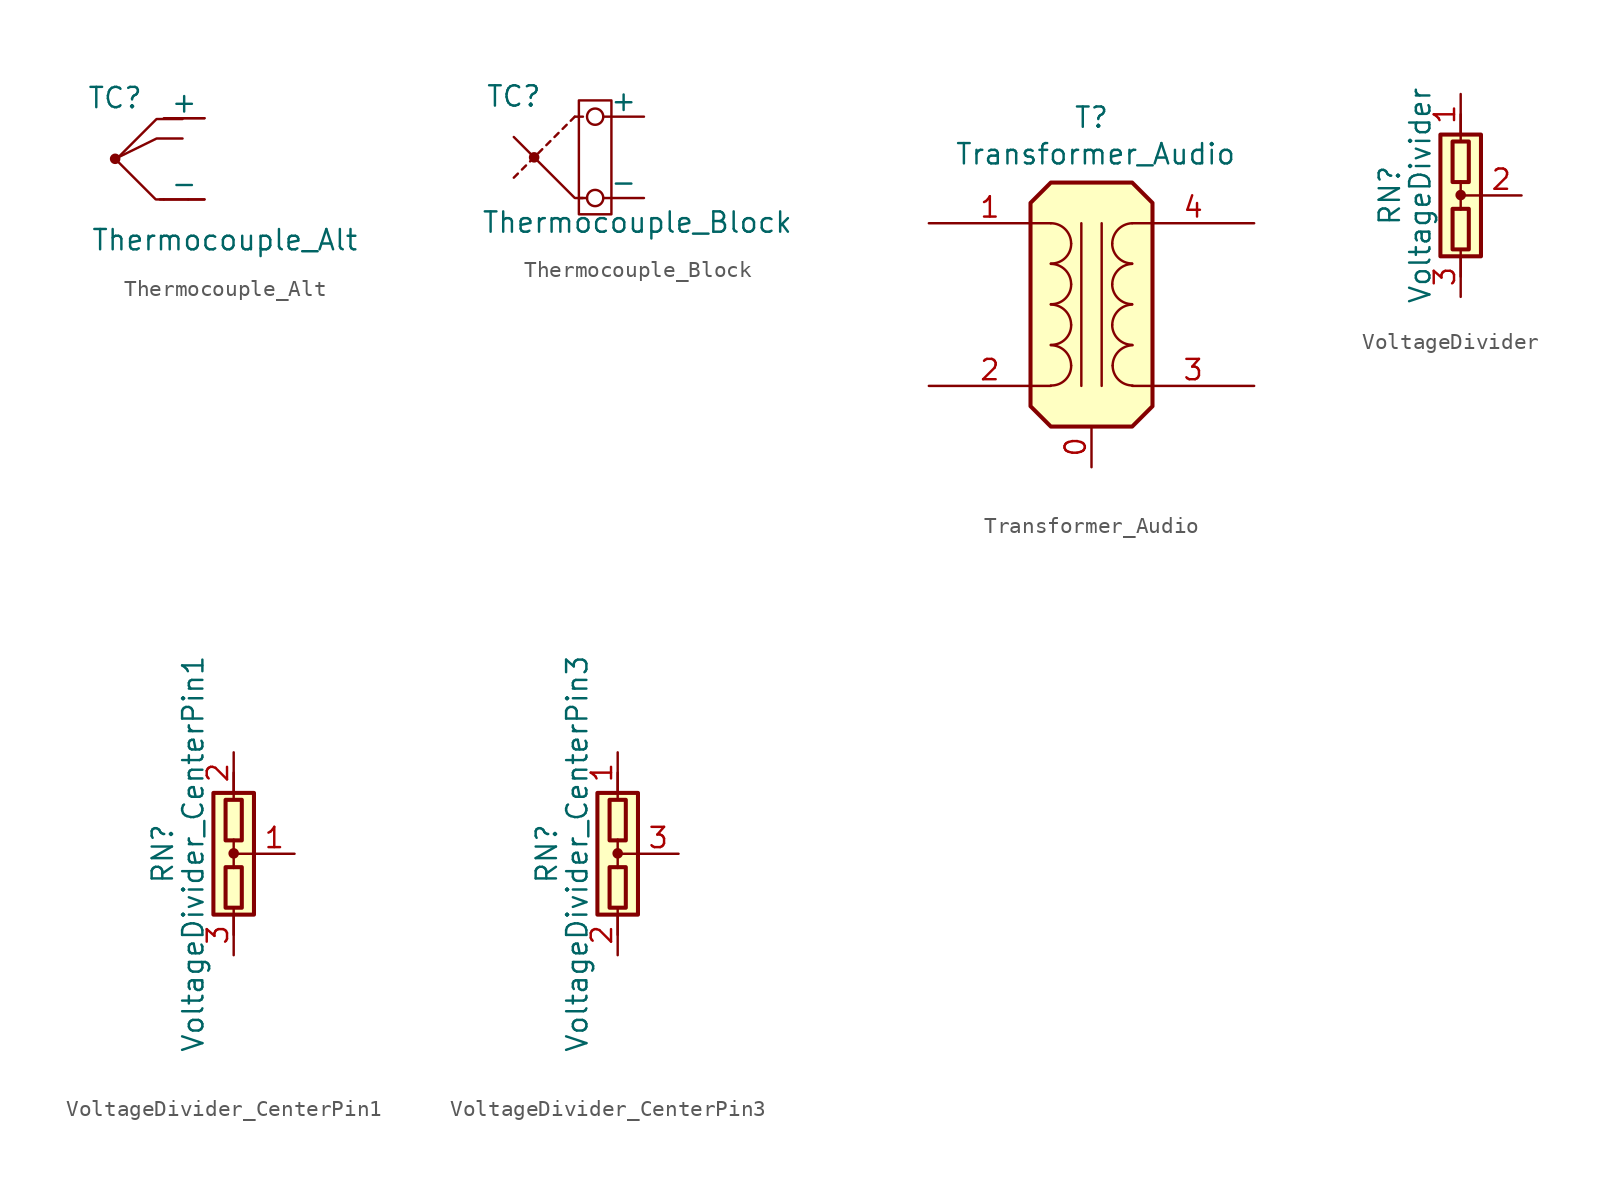
<source format=kicad_sym>
(kicad_symbol_lib
  (version 20201005)
  (generator kicad_symbol_editor)
  (symbol "Thermocouple_Alt"
    (pin_numbers hide)
    (pin_names
      (offset 0))
    (property "Reference" "TC"
      (at -3.048 3.81 0)
      (effects (font (size 1.27 1.27))))
    (property "Value" "Thermocouple_Alt"
      (at -4.572 -5.08 0)
      (effects (font (size 1.27 1.27)) (justify left)))
    (symbol "Thermocouple_Alt_0_1"
      (circle (center -3.048 0) (radius 0.254) (stroke (width 0)) (fill (type outline)))
      (polyline (pts (xy 0 -2.54) (xy -0.254 -2.54)) (stroke (width 0)) (fill (type none)))
      (polyline (pts (xy 1.219 2.54) (xy 2.54 2.54)) (stroke (width 0)) (fill (type none)))
      (polyline (pts (xy 1.524 -2.54) (xy 2.54 -2.54)) (stroke (width 0)) (fill (type none)))
      (polyline (pts (xy 1.168 1.27) (xy -0.457 1.27) (xy -3.048 0)) (stroke (width 0)) (fill (type none)))
      (polyline (pts (xy 1.168 2.489) (xy -0.457 2.489) (xy -2.997 -0.051)) (stroke (width 0)) (fill (type none)))
      (polyline (pts (xy 1.524 -2.54) (xy -0.508 -2.54) (xy -3.048 0)) (stroke (width 0)) (fill (type none))))
    (symbol "Thermocouple_Alt_1_1"
      (pin passive line (at 2.54 2.54 180) (length 2.54) (name "+" (effects (font (size 1.27 1.27)))) (number "1" (effects (font (size 1.27 1.27)))))
      (pin passive line (at 2.54 -2.54 180) (length 2.54) (name "-" (effects (font (size 1.27 1.27)))) (number "2" (effects (font (size 1.27 1.27)))))))
  (symbol "Thermocouple_Block"
    (pin_numbers hide)
    (pin_names
      (offset 0))
    (property "Reference" "TC"
      (at -3.048 3.81 0)
      (effects (font (size 1.27 1.27))))
    (property "Value" "Thermocouple_Block"
      (at -5.08 -4.064 0)
      (effects (font (size 1.27 1.27)) (justify left)))
    (symbol "Thermocouple_Block_0_1"
      (circle (center 2.032 -2.54) (radius 0.508) (stroke (width 0)) (fill (type none)))
      (circle (center 2.032 2.54) (radius 0.508) (stroke (width 0)) (fill (type none)))
      (circle (center -1.778 0) (radius 0.254) (stroke (width 0)) (fill (type outline)))
      (rectangle (start 1.016 3.556) (end 3.048 -3.556) (stroke (width 0)) (fill (type none)))
      (polyline (pts (xy -2.794 -1.016) (xy -3.048 -1.27)) (stroke (width 0)) (fill (type none)))
      (polyline (pts (xy -2.286 -0.508) (xy -2.54 -0.762)) (stroke (width 0)) (fill (type none)))
      (polyline (pts (xy -1.778 0) (xy -2.032 -0.254)) (stroke (width 0)) (fill (type none)))
      (polyline (pts (xy -1.27 0.508) (xy -1.524 0.254)) (stroke (width 0)) (fill (type none)))
      (polyline (pts (xy -0.762 1.016) (xy -1.016 0.762)) (stroke (width 0)) (fill (type none)))
      (polyline (pts (xy -0.254 1.524) (xy -0.508 1.27)) (stroke (width 0)) (fill (type none)))
      (polyline (pts (xy 0.254 2.032) (xy 0 1.778)) (stroke (width 0)) (fill (type none)))
      (polyline (pts (xy 0.762 2.54) (xy 0.508 2.286)) (stroke (width 0)) (fill (type none)))
      (polyline (pts (xy 1.27 -2.54) (xy 1.016 -2.54)) (stroke (width 0)) (fill (type none)))
      (polyline (pts (xy 1.27 2.54) (xy 0.762 2.54)) (stroke (width 0)) (fill (type none)))
      (polyline (pts (xy 1.524 -2.54) (xy 0.762 -2.54) (xy -3.048 1.27)) (stroke (width 0)) (fill (type none))))
    (symbol "Thermocouple_Block_1_1"
      (pin passive line (at 5.08 2.54 180) (length 2.54) (name "+" (effects (font (size 1.27 1.27)))) (number "1" (effects (font (size 1.27 1.27)))))
      (pin passive line (at 5.08 -2.54 180) (length 2.54) (name "-" (effects (font (size 1.27 1.27)))) (number "2" (effects (font (size 1.27 1.27)))))))
  (symbol "Transformer_Audio"
    (pin_names
      (offset 1.016) hide)
    (property "Reference" "T"
      (at 0 11.684 0)
      (effects (font (size 1.27 1.27))))
    (property "Value" "Transformer_Audio"
      (at 0.254 9.398 0)
      (effects (font (size 1.27 1.27))))
    (symbol "Transformer_Audio_0_1"
      (arc (start -2.54 -2.54) (end -1.27 -3.81) (radius (at -2.54 -3.81) (length 1.27) (angles 89.9 0.1)) (stroke (width 0)) (fill (type none)))
      (arc (start -1.27 -3.81) (end -2.54 -5.0546) (radius (at -2.54 -3.81) (length 1.27) (angles -0.1 -89.9)) (stroke (width 0)) (fill (type none)))
      (arc (start -2.54 0) (end -1.27 -1.27) (radius (at -2.54 -1.27) (length 1.27) (angles 89.9 0.1)) (stroke (width 0)) (fill (type none)))
      (arc (start -1.27 -1.27) (end -2.54 -2.5146) (radius (at -2.54 -1.27) (length 1.27) (angles -0.1 -89.9)) (stroke (width 0)) (fill (type none)))
      (arc (start -2.54 2.54) (end -1.27 1.27) (radius (at -2.54 1.27) (length 1.27) (angles 89.9 0.1)) (stroke (width 0)) (fill (type none)))
      (arc (start -1.27 1.27) (end -2.54 0.0254) (radius (at -2.54 1.27) (length 1.27) (angles -0.1 -89.9)) (stroke (width 0)) (fill (type none)))
      (arc (start -2.54 5.08) (end -1.27 3.81) (radius (at -2.54 3.81) (length 1.27) (angles 89.9 0.1)) (stroke (width 0)) (fill (type none)))
      (arc (start -1.27 3.81) (end -2.54 2.5654) (radius (at -2.54 3.81) (length 1.27) (angles -0.1 -89.9)) (stroke (width 0)) (fill (type none)))
      (arc (start 2.54 0) (end 1.2954 -1.27) (radius (at 2.54 -1.27) (length 1.27) (angles 89.9 -179.9)) (stroke (width 0)) (fill (type none)))
      (arc (start 1.2954 -1.27) (end 2.54 -2.5146) (radius (at 2.54 -1.27) (length 1.27) (angles 179.9 -89.9)) (stroke (width 0)) (fill (type none)))
      (arc (start 2.54 2.54) (end 1.2954 1.27) (radius (at 2.54 1.27) (length 1.27) (angles 89.9 -179.9)) (stroke (width 0)) (fill (type none)))
      (arc (start 1.2954 1.27) (end 2.54 0.0254) (radius (at 2.54 1.27) (length 1.27) (angles 179.9 -89.9)) (stroke (width 0)) (fill (type none)))
      (arc (start 2.54 5.08) (end 1.2954 3.81) (radius (at 2.54 3.81) (length 1.27) (angles 89.9 -179.9)) (stroke (width 0)) (fill (type none)))
      (arc (start 1.2954 3.81) (end 2.54 2.5654) (radius (at 2.54 3.81) (length 1.27) (angles 179.9 -89.9)) (stroke (width 0)) (fill (type none)))
      (arc (start 2.5654 -2.54) (end 1.3208 -3.81) (radius (at 2.5654 -3.81) (length 1.27) (angles 91 -179.9)) (stroke (width 0)) (fill (type none)))
      (arc (start 2.5654 -5.0546) (end 1.3208 -3.81) (radius (at 2.5654 -3.81) (length 1.27) (angles -91.2 -179.9)) (stroke (width 0)) (fill (type none)))
      (polyline (pts (xy -0.635 5.08) (xy -0.635 -5.08)) (stroke (width 0)) (fill (type none)))
      (polyline (pts (xy 0.635 -5.08) (xy 0.635 5.08)) (stroke (width 0)) (fill (type none)))
      (polyline (pts (xy -3.81 6.35) (xy -2.54 7.62) (xy 2.54 7.62) (xy 3.81 6.35) (xy 3.81 -6.35) (xy 2.54 -7.62) (xy -2.54 -7.62) (xy -3.81 -6.35) (xy -3.81 6.35)) (stroke (width 0.254)) (fill (type background))))
    (symbol "Transformer_Audio_1_1"
      (pin input line (at 0 -10.16 90) (length 2.54) (name "~" (effects (font (size 1.27 1.27)))) (number "0" (effects (font (size 1.27 1.27)))))
      (pin passive line (at -10.16 5.08 0) (length 7.62) (name "AA" (effects (font (size 1.27 1.27)))) (number "1" (effects (font (size 1.27 1.27)))))
      (pin passive line (at -10.16 -5.08 0) (length 7.62) (name "AB" (effects (font (size 1.27 1.27)))) (number "2" (effects (font (size 1.27 1.27)))))
      (pin passive line (at 10.16 -5.08 180) (length 7.62) (name "SA" (effects (font (size 1.27 1.27)))) (number "3" (effects (font (size 1.27 1.27)))))
      (pin passive line (at 10.16 5.08 180) (length 7.62) (name "SB" (effects (font (size 1.27 1.27)))) (number "4" (effects (font (size 1.27 1.27)))))))
  (symbol "VoltageDivider"
    (pin_names
      (offset 0) hide)
    (property "Reference" "RN"
      (at -4.445 0 90)
      (effects (font (size 1.27 1.27))))
    (property "Value" "VoltageDivider"
      (at -2.54 0 90)
      (effects (font (size 1.27 1.27))))
    (symbol "VoltageDivider_0_1"
      (circle (center 0 0.025) (radius 0.254) (stroke (width 0)) (fill (type outline)))
      (rectangle (start -0.508 -3.378) (end 0.508 -0.838) (stroke (width 0.254)) (fill (type none)))
      (rectangle (start -0.508 3.378) (end 0.508 0.838) (stroke (width 0.254)) (fill (type none)))
      (rectangle (start -1.27 -3.81) (end 1.27 3.81) (stroke (width 0.254)) (fill (type background)))
      (polyline (pts (xy 0 -5.08) (xy 0 -3.429)) (stroke (width 0)) (fill (type none)))
      (polyline (pts (xy 0 0.889) (xy 0 -0.889)) (stroke (width 0)) (fill (type none)))
      (polyline (pts (xy 0 5.08) (xy 0 3.378)) (stroke (width 0)) (fill (type none)))
      (polyline (pts (xy 1.27 0) (xy 0 0)) (stroke (width 0)) (fill (type none))))
    (symbol "VoltageDivider_1_1"
      (pin passive line (at 0 6.35 270) (length 2.54) (name "~" (effects (font (size 1.27 1.27)))) (number "1" (effects (font (size 1.27 1.27)))))
      (pin passive line (at 3.81 0 180) (length 2.54) (name "~" (effects (font (size 1.27 1.27)))) (number "2" (effects (font (size 1.27 1.27)))))
      (pin passive line (at 0 -6.35 90) (length 2.54) (name "~" (effects (font (size 1.27 1.27)))) (number "3" (effects (font (size 1.27 1.27)))))))
  (symbol "VoltageDivider_CenterPin1"
    (pin_names
      (offset 0) hide)
    (property "Reference" "RN"
      (at -4.445 0 90)
      (effects (font (size 1.27 1.27))))
    (property "Value" "VoltageDivider_CenterPin1"
      (at -2.54 0 90)
      (effects (font (size 1.27 1.27))))
    (symbol "VoltageDivider_CenterPin1_0_1"
      (circle (center 0 0.025) (radius 0.254) (stroke (width 0)) (fill (type outline)))
      (rectangle (start -0.508 -3.378) (end 0.508 -0.838) (stroke (width 0.254)) (fill (type none)))
      (rectangle (start -0.508 3.378) (end 0.508 0.838) (stroke (width 0.254)) (fill (type none)))
      (rectangle (start -1.27 -3.81) (end 1.27 3.81) (stroke (width 0.254)) (fill (type background)))
      (polyline (pts (xy 0 -5.08) (xy 0 -3.429)) (stroke (width 0)) (fill (type none)))
      (polyline (pts (xy 0 0.889) (xy 0 -0.889)) (stroke (width 0)) (fill (type none)))
      (polyline (pts (xy 0 5.08) (xy 0 3.378)) (stroke (width 0)) (fill (type none)))
      (polyline (pts (xy 1.27 0) (xy 0 0)) (stroke (width 0)) (fill (type none))))
    (symbol "VoltageDivider_CenterPin1_1_1"
      (pin passive line (at 3.81 0 180) (length 2.54) (name "~" (effects (font (size 1.27 1.27)))) (number "1" (effects (font (size 1.27 1.27)))))
      (pin passive line (at 0 6.35 270) (length 2.54) (name "~" (effects (font (size 1.27 1.27)))) (number "2" (effects (font (size 1.27 1.27)))))
      (pin passive line (at 0 -6.35 90) (length 2.54) (name "~" (effects (font (size 1.27 1.27)))) (number "3" (effects (font (size 1.27 1.27)))))))
  (symbol "VoltageDivider_CenterPin3"
    (pin_names
      (offset 0) hide)
    (property "Reference" "RN"
      (at -4.445 0 90)
      (effects (font (size 1.27 1.27))))
    (property "Value" "VoltageDivider_CenterPin3"
      (at -2.54 0 90)
      (effects (font (size 1.27 1.27))))
    (symbol "VoltageDivider_CenterPin3_0_1"
      (circle (center 0 0.025) (radius 0.254) (stroke (width 0)) (fill (type outline)))
      (rectangle (start -0.508 -3.378) (end 0.508 -0.838) (stroke (width 0.254)) (fill (type none)))
      (rectangle (start -0.508 3.378) (end 0.508 0.838) (stroke (width 0.254)) (fill (type none)))
      (rectangle (start -1.27 -3.81) (end 1.27 3.81) (stroke (width 0.254)) (fill (type background)))
      (polyline (pts (xy 0 -5.08) (xy 0 -3.429)) (stroke (width 0)) (fill (type none)))
      (polyline (pts (xy 0 0.889) (xy 0 -0.889)) (stroke (width 0)) (fill (type none)))
      (polyline (pts (xy 0 5.08) (xy 0 3.378)) (stroke (width 0)) (fill (type none)))
      (polyline (pts (xy 1.27 0) (xy 0 0)) (stroke (width 0)) (fill (type none))))
    (symbol "VoltageDivider_CenterPin3_1_1"
      (pin passive line (at 0 6.35 270) (length 2.54) (name "~" (effects (font (size 1.27 1.27)))) (number "1" (effects (font (size 1.27 1.27)))))
      (pin passive line (at 0 -6.35 90) (length 2.54) (name "~" (effects (font (size 1.27 1.27)))) (number "2" (effects (font (size 1.27 1.27)))))
      (pin passive line (at 3.81 0 180) (length 2.54) (name "~" (effects (font (size 1.27 1.27)))) (number "3" (effects (font (size 1.27 1.27))))))))
</source>
